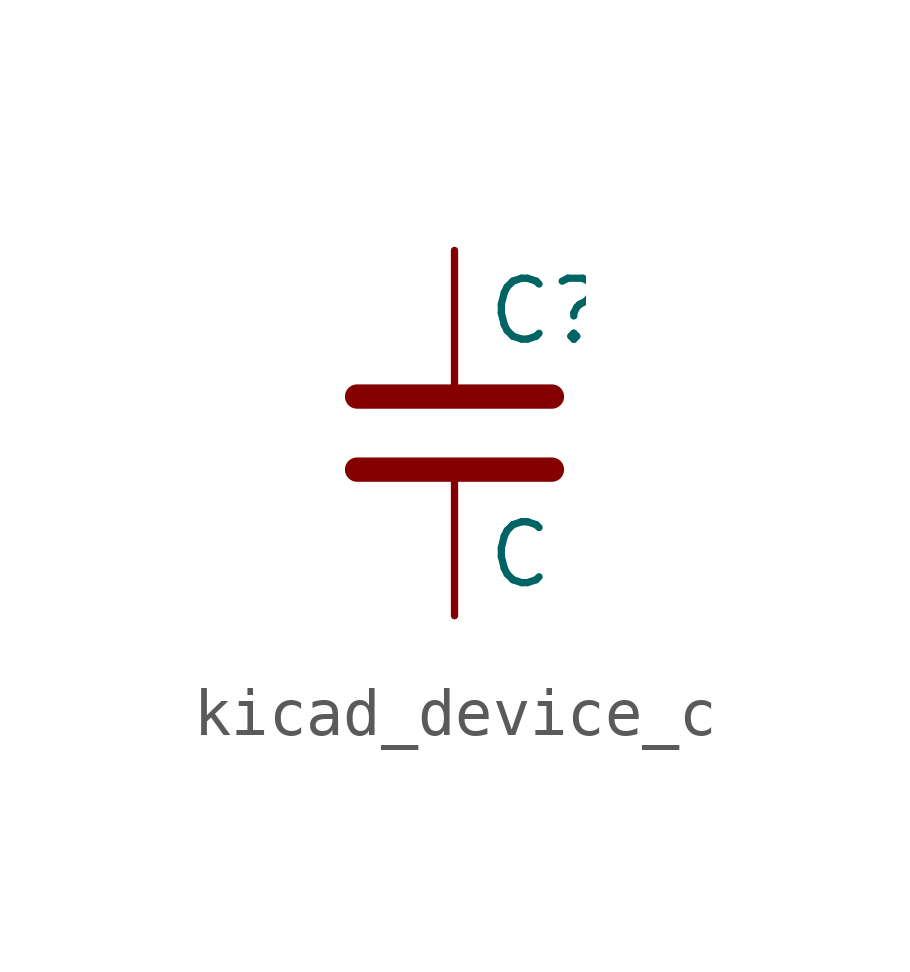
<source format=kicad_sym>
(kicad_symbol_lib
  (version 20220914)
  (generator kicad_symbol_editor)
  (symbol "kicad_device_c"
    (pin_numbers hide)
    (pin_names
      (offset 0.254))
    (property "Reference" "C"
      (at 0.635 2.54 0)
      (effects (font (size 1.27 1.27)) (justify left)))
    (property "Value" "C"
      (at 0.635 -2.54 0)
      (effects (font (size 1.27 1.27)) (justify left)))
    (symbol "kicad_device_c_0_1"
      (polyline (pts (xy -2.032 -0.762) (xy 2.032 -0.762)) (stroke (width 0.508) (type default)) (fill (type none)))
      (polyline (pts (xy -2.032 0.762) (xy 2.032 0.762)) (stroke (width 0.508) (type default)) (fill (type none))))
    (symbol "kicad_device_c_1_1"
      (pin passive line (at 0 3.81 270) (length 2.794) (name "~" (effects (font (size 1.27 1.27)))) (number "1" (effects (font (size 1.27 1.27)))))
      (pin passive line (at 0 -3.81 90) (length 2.794) (name "~" (effects (font (size 1.27 1.27)))) (number "2" (effects (font (size 1.27 1.27))))))))
</source>
